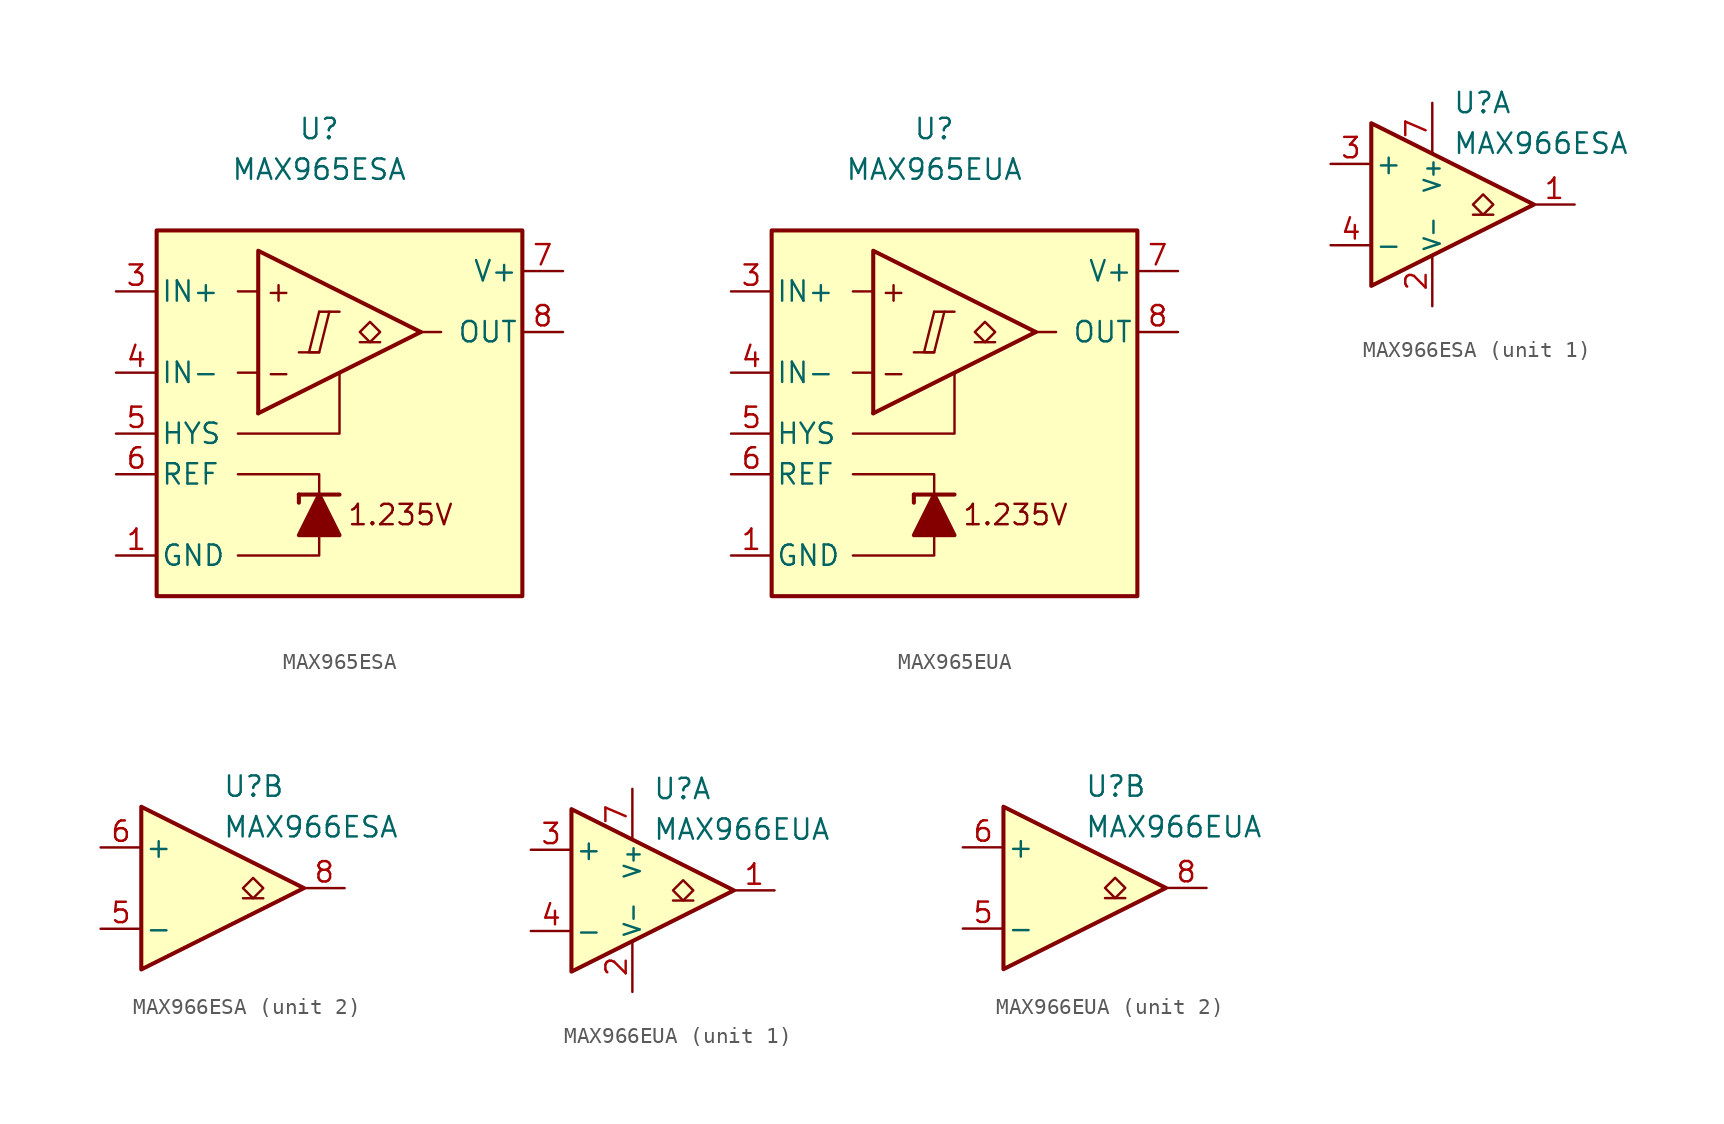
<source format=kicad_sym>
(kicad_symbol_lib
  (version 20211014)
  (generator kicad_symbol_editor)
  (symbol "MAX965ESA"
    (pin_names
      (offset 0.254))
    (property "Reference" "U"
      (at 0 16.51 0)
      (effects (font (size 1.27 1.27))))
    (property "Value" "MAX965ESA"
      (at 0 13.97 0)
      (effects (font (size 1.27 1.27))))
    (symbol "MAX965ESA_0_0"
      (polyline (pts (xy -1.27 2.54) (xy 0 2.54)) (stroke (width 0.152) (type default) (color 0 0 0 0)) (fill (type none)))
      (polyline (pts (xy 0 5.08) (xy 1.27 5.08)) (stroke (width 0.152) (type default) (color 0 0 0 0)) (fill (type none)))
      (polyline (pts (xy 6.35 3.81) (xy -3.81 -1.27)) (stroke (width 0.254) (type default) (color 0 0 0 0)) (fill (type none)))
      (polyline (pts (xy 6.35 3.81) (xy -3.81 8.89) (xy -3.81 -1.27)) (stroke (width 0.254) (type default) (color 0 0 0 0)) (fill (type background)))
      (polyline (pts (xy 0 5.08) (xy -0.635 2.54) (xy 0 2.54) (xy 0.635 5.08)) (stroke (width 0.152) (type default) (color 0 0 0 0)) (fill (type none)))
      (text "+" (at -2.54 6.35 0) (effects (font (size 1.27 1.27))))
      (text "-" (at -2.54 1.27 0) (effects (font (size 1.27 1.27))))
      (text "1.235V" (at 5.08 -7.62 0) (effects (font (size 1.27 1.27)))))
    (symbol "MAX965ESA_0_1"
      (polyline (pts (xy -3.81 1.27) (xy -5.08 1.27)) (stroke (width 0) (type default) (color 0 0 0 0)) (fill (type none)))
      (polyline (pts (xy -3.81 6.35) (xy -5.08 6.35)) (stroke (width 0) (type default) (color 0 0 0 0)) (fill (type none)))
      (polyline (pts (xy -1.27 -6.35) (xy -1.27 -6.858)) (stroke (width 0.254) (type default) (color 0 0 0 0)) (fill (type none)))
      (polyline (pts (xy -1.27 -6.35) (xy 1.27 -6.35)) (stroke (width 0.254) (type default) (color 0 0 0 0)) (fill (type none)))
      (polyline (pts (xy 6.35 3.81) (xy 7.62 3.81)) (stroke (width 0) (type default) (color 0 0 0 0)) (fill (type none)))
      (polyline (pts (xy 0 -8.89) (xy 0 -10.16) (xy -5.08 -10.16)) (stroke (width 0) (type default) (color 0 0 0 0)) (fill (type none)))
      (polyline (pts (xy 0 -6.35) (xy 0 -5.08) (xy -5.08 -5.08)) (stroke (width 0) (type default) (color 0 0 0 0)) (fill (type none)))
      (polyline (pts (xy 1.27 1.27) (xy 1.27 -2.54) (xy -5.08 -2.54)) (stroke (width 0) (type default) (color 0 0 0 0)) (fill (type none)))
      (polyline (pts (xy 1.27 -8.89) (xy -1.27 -8.89) (xy 0 -6.35) (xy 1.27 -8.89)) (stroke (width 0.254) (type default) (color 0 0 0 0)) (fill (type outline)))
      (rectangle (start 12.7 10.16) (end -10.16 -12.7) (stroke (width 0.254) (type default) (color 0 0 0 0)) (fill (type background))))
    (symbol "MAX965ESA_1_1"
      (polyline (pts (xy 3.81 3.175) (xy 2.54 3.175)) (stroke (width 0.152) (type default) (color 0 0 0 0)) (fill (type none)))
      (polyline (pts (xy 3.175 3.175) (xy 2.54 3.81) (xy 3.175 4.445) (xy 3.81 3.81) (xy 3.175 3.175)) (stroke (width 0.152) (type default) (color 0 0 0 0)) (fill (type none)))
      (pin power_in line (at -12.7 -10.16 0) (length 2.54) (name "GND" (effects (font (size 1.27 1.27)))) (number "1" (effects (font (size 1.27 1.27)))))
      (pin no_connect line (at 0 0 0) (length 2.54) hide (name "NC" (effects (font (size 1.27 1.27)))) (number "2" (effects (font (size 1.27 1.27)))))
      (pin input line (at -12.7 6.35 0) (length 2.54) (name "IN+" (effects (font (size 1.27 1.27)))) (number "3" (effects (font (size 1.27 1.27)))))
      (pin input line (at -12.7 1.27 0) (length 2.54) (name "IN-" (effects (font (size 1.27 1.27)))) (number "4" (effects (font (size 1.27 1.27)))))
      (pin input line (at -12.7 -2.54 0) (length 2.54) (name "HYS" (effects (font (size 1.27 1.27)))) (number "5" (effects (font (size 1.27 1.27)))))
      (pin output line (at -12.7 -5.08 0) (length 2.54) (name "REF" (effects (font (size 1.27 1.27)))) (number "6" (effects (font (size 1.27 1.27)))))
      (pin power_in line (at 15.24 7.62 180) (length 2.54) (name "V+" (effects (font (size 1.27 1.27)))) (number "7" (effects (font (size 1.27 1.27)))))
      (pin open_collector line (at 15.24 3.81 180) (length 2.54) (name "OUT" (effects (font (size 1.27 1.27)))) (number "8" (effects (font (size 1.27 1.27)))))))
  (symbol "MAX965EUA"
    (pin_names
      (offset 0.254))
    (property "Reference" "U"
      (at 0 16.51 0)
      (effects (font (size 1.27 1.27))))
    (property "Value" "MAX965EUA"
      (at 0 13.97 0)
      (effects (font (size 1.27 1.27))))
    (symbol "MAX965EUA_0_0"
      (polyline (pts (xy -1.27 2.54) (xy 0 2.54)) (stroke (width 0.152) (type default) (color 0 0 0 0)) (fill (type none)))
      (polyline (pts (xy 0 5.08) (xy 1.27 5.08)) (stroke (width 0.152) (type default) (color 0 0 0 0)) (fill (type none)))
      (polyline (pts (xy 6.35 3.81) (xy -3.81 -1.27)) (stroke (width 0.254) (type default) (color 0 0 0 0)) (fill (type none)))
      (polyline (pts (xy 6.35 3.81) (xy -3.81 8.89) (xy -3.81 -1.27)) (stroke (width 0.254) (type default) (color 0 0 0 0)) (fill (type background)))
      (polyline (pts (xy 0 5.08) (xy -0.635 2.54) (xy 0 2.54) (xy 0.635 5.08)) (stroke (width 0.152) (type default) (color 0 0 0 0)) (fill (type none)))
      (text "+" (at -2.54 6.35 0) (effects (font (size 1.27 1.27))))
      (text "-" (at -2.54 1.27 0) (effects (font (size 1.27 1.27))))
      (text "1.235V" (at 5.08 -7.62 0) (effects (font (size 1.27 1.27)))))
    (symbol "MAX965EUA_0_1"
      (polyline (pts (xy -3.81 1.27) (xy -5.08 1.27)) (stroke (width 0) (type default) (color 0 0 0 0)) (fill (type none)))
      (polyline (pts (xy -3.81 6.35) (xy -5.08 6.35)) (stroke (width 0) (type default) (color 0 0 0 0)) (fill (type none)))
      (polyline (pts (xy -1.27 -6.35) (xy -1.27 -6.858)) (stroke (width 0.254) (type default) (color 0 0 0 0)) (fill (type none)))
      (polyline (pts (xy -1.27 -6.35) (xy 1.27 -6.35)) (stroke (width 0.254) (type default) (color 0 0 0 0)) (fill (type none)))
      (polyline (pts (xy 6.35 3.81) (xy 7.62 3.81)) (stroke (width 0) (type default) (color 0 0 0 0)) (fill (type none)))
      (polyline (pts (xy 0 -8.89) (xy 0 -10.16) (xy -5.08 -10.16)) (stroke (width 0) (type default) (color 0 0 0 0)) (fill (type none)))
      (polyline (pts (xy 0 -6.35) (xy 0 -5.08) (xy -5.08 -5.08)) (stroke (width 0) (type default) (color 0 0 0 0)) (fill (type none)))
      (polyline (pts (xy 1.27 1.27) (xy 1.27 -2.54) (xy -5.08 -2.54)) (stroke (width 0) (type default) (color 0 0 0 0)) (fill (type none)))
      (polyline (pts (xy 1.27 -8.89) (xy -1.27 -8.89) (xy 0 -6.35) (xy 1.27 -8.89)) (stroke (width 0.254) (type default) (color 0 0 0 0)) (fill (type outline)))
      (rectangle (start 12.7 10.16) (end -10.16 -12.7) (stroke (width 0.254) (type default) (color 0 0 0 0)) (fill (type background))))
    (symbol "MAX965EUA_1_1"
      (polyline (pts (xy 3.81 3.175) (xy 2.54 3.175)) (stroke (width 0.152) (type default) (color 0 0 0 0)) (fill (type none)))
      (polyline (pts (xy 3.175 3.175) (xy 2.54 3.81) (xy 3.175 4.445) (xy 3.81 3.81) (xy 3.175 3.175)) (stroke (width 0.152) (type default) (color 0 0 0 0)) (fill (type none)))
      (pin power_in line (at -12.7 -10.16 0) (length 2.54) (name "GND" (effects (font (size 1.27 1.27)))) (number "1" (effects (font (size 1.27 1.27)))))
      (pin no_connect line (at 0 0 0) (length 2.54) hide (name "NC" (effects (font (size 1.27 1.27)))) (number "2" (effects (font (size 1.27 1.27)))))
      (pin input line (at -12.7 6.35 0) (length 2.54) (name "IN+" (effects (font (size 1.27 1.27)))) (number "3" (effects (font (size 1.27 1.27)))))
      (pin input line (at -12.7 1.27 0) (length 2.54) (name "IN-" (effects (font (size 1.27 1.27)))) (number "4" (effects (font (size 1.27 1.27)))))
      (pin input line (at -12.7 -2.54 0) (length 2.54) (name "HYS" (effects (font (size 1.27 1.27)))) (number "5" (effects (font (size 1.27 1.27)))))
      (pin output line (at -12.7 -5.08 0) (length 2.54) (name "REF" (effects (font (size 1.27 1.27)))) (number "6" (effects (font (size 1.27 1.27)))))
      (pin power_in line (at 15.24 7.62 180) (length 2.54) (name "V+" (effects (font (size 1.27 1.27)))) (number "7" (effects (font (size 1.27 1.27)))))
      (pin open_collector line (at 15.24 3.81 180) (length 2.54) (name "OUT" (effects (font (size 1.27 1.27)))) (number "8" (effects (font (size 1.27 1.27)))))))
  (symbol "MAX966ESA"
    (pin_names
      (offset 0.2))
    (property "Reference" "U"
      (at 1.27 6.35 0)
      (effects (font (size 1.27 1.27)) (justify left)))
    (property "Value" "MAX966ESA"
      (at 1.27 3.81 0)
      (effects (font (size 1.27 1.27)) (justify left)))
    (property "ki_locked" ""
      (at 0 0 0)
      (effects (font (size 1.27 1.27))))
    (symbol "MAX966ESA_0_1"
      (polyline (pts (xy -3.81 5.08) (xy -3.81 -5.08) (xy 6.35 0) (xy -3.81 5.08)) (stroke (width 0.254) (type default) (color 0 0 0 0)) (fill (type background))))
    (symbol "MAX966ESA_1_1"
      (polyline (pts (xy 3.81 -0.635) (xy 2.54 -0.635)) (stroke (width 0.152) (type default) (color 0 0 0 0)) (fill (type none)))
      (polyline (pts (xy 3.175 -0.635) (xy 2.54 0) (xy 3.175 0.635) (xy 3.81 0) (xy 3.175 -0.635)) (stroke (width 0.152) (type default) (color 0 0 0 0)) (fill (type none)))
      (pin output line (at 8.89 0 180) (length 2.54) (name "~" (effects (font (size 1.27 1.27)))) (number "1" (effects (font (size 1.27 1.27)))))
      (pin power_in line (at 0 -6.35 90) (length 3.18) (name "V-" (effects (font (size 1 1)))) (number "2" (effects (font (size 1.27 1.27)))))
      (pin input line (at -6.35 2.54 0) (length 2.54) (name "+" (effects (font (size 1.27 1.27)))) (number "3" (effects (font (size 1.27 1.27)))))
      (pin input line (at -6.35 -2.54 0) (length 2.54) (name "-" (effects (font (size 1.27 1.27)))) (number "4" (effects (font (size 1.27 1.27)))))
      (pin power_in line (at 0 6.35 270) (length 3.18) (name "V+" (effects (font (size 1 1)))) (number "7" (effects (font (size 1.27 1.27))))))
    (symbol "MAX966ESA_2_1"
      (polyline (pts (xy 3.81 -0.635) (xy 2.54 -0.635)) (stroke (width 0.152) (type default) (color 0 0 0 0)) (fill (type none)))
      (polyline (pts (xy 3.175 -0.635) (xy 2.54 0) (xy 3.175 0.635) (xy 3.81 0) (xy 3.175 -0.635)) (stroke (width 0.152) (type default) (color 0 0 0 0)) (fill (type none)))
      (pin input line (at -6.35 -2.54 0) (length 2.54) (name "-" (effects (font (size 1.27 1.27)))) (number "5" (effects (font (size 1.27 1.27)))))
      (pin input line (at -6.35 2.54 0) (length 2.54) (name "+" (effects (font (size 1.27 1.27)))) (number "6" (effects (font (size 1.27 1.27)))))
      (pin output line (at 8.89 0 180) (length 2.54) (name "~" (effects (font (size 1.27 1.27)))) (number "8" (effects (font (size 1.27 1.27)))))))
  (symbol "MAX966EUA"
    (pin_names
      (offset 0.2))
    (property "Reference" "U"
      (at 1.27 6.35 0)
      (effects (font (size 1.27 1.27)) (justify left)))
    (property "Value" "MAX966EUA"
      (at 1.27 3.81 0)
      (effects (font (size 1.27 1.27)) (justify left)))
    (property "ki_locked" ""
      (at 0 0 0)
      (effects (font (size 1.27 1.27))))
    (symbol "MAX966EUA_0_1"
      (polyline (pts (xy -3.81 5.08) (xy -3.81 -5.08) (xy 6.35 0) (xy -3.81 5.08)) (stroke (width 0.254) (type default) (color 0 0 0 0)) (fill (type background))))
    (symbol "MAX966EUA_1_1"
      (polyline (pts (xy 3.81 -0.635) (xy 2.54 -0.635)) (stroke (width 0.152) (type default) (color 0 0 0 0)) (fill (type none)))
      (polyline (pts (xy 3.175 -0.635) (xy 2.54 0) (xy 3.175 0.635) (xy 3.81 0) (xy 3.175 -0.635)) (stroke (width 0.152) (type default) (color 0 0 0 0)) (fill (type none)))
      (pin output line (at 8.89 0 180) (length 2.54) (name "~" (effects (font (size 1.27 1.27)))) (number "1" (effects (font (size 1.27 1.27)))))
      (pin power_in line (at 0 -6.35 90) (length 3.18) (name "V-" (effects (font (size 1 1)))) (number "2" (effects (font (size 1.27 1.27)))))
      (pin input line (at -6.35 2.54 0) (length 2.54) (name "+" (effects (font (size 1.27 1.27)))) (number "3" (effects (font (size 1.27 1.27)))))
      (pin input line (at -6.35 -2.54 0) (length 2.54) (name "-" (effects (font (size 1.27 1.27)))) (number "4" (effects (font (size 1.27 1.27)))))
      (pin power_in line (at 0 6.35 270) (length 3.18) (name "V+" (effects (font (size 1 1)))) (number "7" (effects (font (size 1.27 1.27))))))
    (symbol "MAX966EUA_2_1"
      (polyline (pts (xy 3.81 -0.635) (xy 2.54 -0.635)) (stroke (width 0.152) (type default) (color 0 0 0 0)) (fill (type none)))
      (polyline (pts (xy 3.175 -0.635) (xy 2.54 0) (xy 3.175 0.635) (xy 3.81 0) (xy 3.175 -0.635)) (stroke (width 0.152) (type default) (color 0 0 0 0)) (fill (type none)))
      (pin input line (at -6.35 -2.54 0) (length 2.54) (name "-" (effects (font (size 1.27 1.27)))) (number "5" (effects (font (size 1.27 1.27)))))
      (pin input line (at -6.35 2.54 0) (length 2.54) (name "+" (effects (font (size 1.27 1.27)))) (number "6" (effects (font (size 1.27 1.27)))))
      (pin output line (at 8.89 0 180) (length 2.54) (name "~" (effects (font (size 1.27 1.27)))) (number "8" (effects (font (size 1.27 1.27))))))))
</source>
